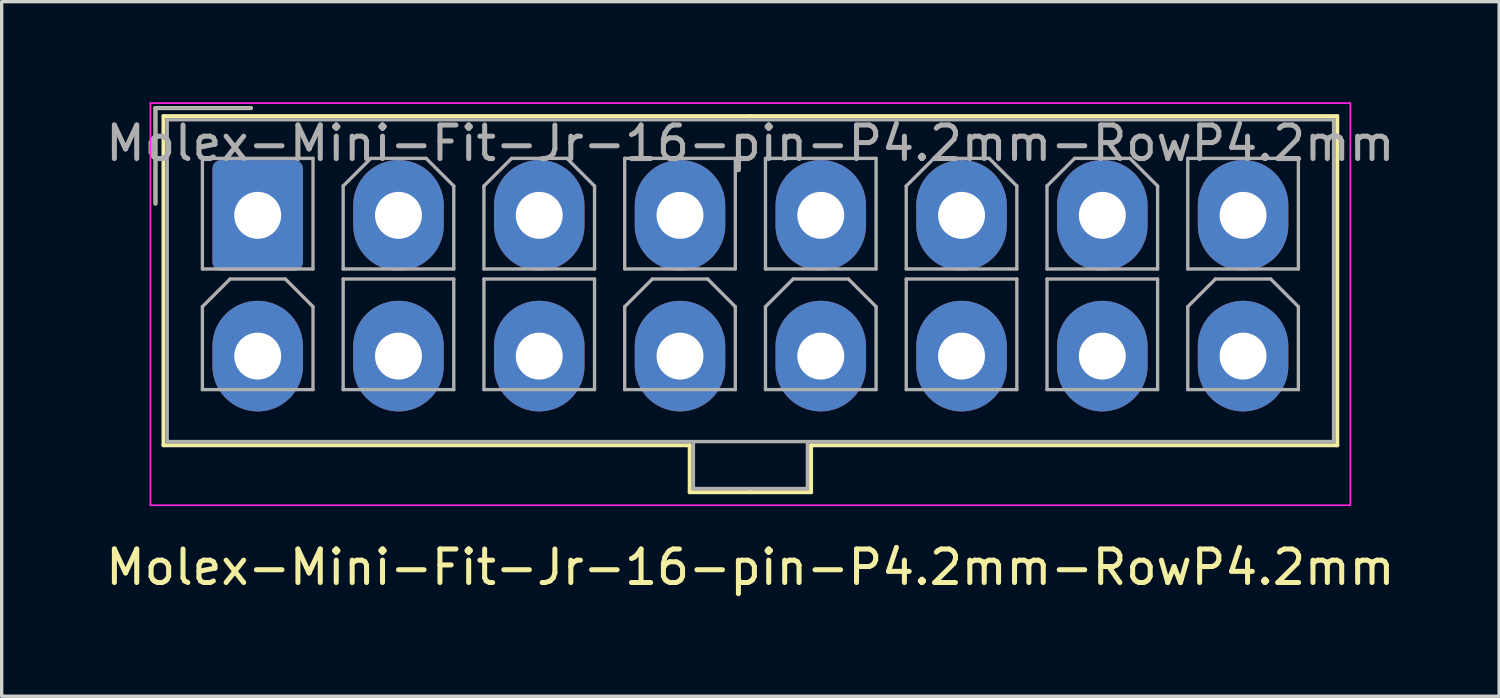
<source format=kicad_pcb>
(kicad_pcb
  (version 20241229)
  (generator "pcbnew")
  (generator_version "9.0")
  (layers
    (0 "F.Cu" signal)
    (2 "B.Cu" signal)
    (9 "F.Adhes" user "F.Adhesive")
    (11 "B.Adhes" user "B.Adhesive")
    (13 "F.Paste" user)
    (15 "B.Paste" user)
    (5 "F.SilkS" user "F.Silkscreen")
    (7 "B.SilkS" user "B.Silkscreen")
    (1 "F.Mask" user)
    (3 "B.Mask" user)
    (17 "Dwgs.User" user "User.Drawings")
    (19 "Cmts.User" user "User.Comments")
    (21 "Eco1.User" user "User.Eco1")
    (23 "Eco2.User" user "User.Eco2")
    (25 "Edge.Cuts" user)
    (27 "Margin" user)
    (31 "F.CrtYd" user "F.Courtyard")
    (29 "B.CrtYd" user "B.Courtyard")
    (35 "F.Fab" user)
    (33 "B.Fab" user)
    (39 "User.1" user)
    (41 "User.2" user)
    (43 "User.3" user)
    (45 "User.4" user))
  (footprint "Molex-Mini-Fit-Jr-16-pin-P4.2mm-RowP4.2mm"
    (layer "F.Cu")
    (at 19.339 13.375)
    (property "Reference" "Molex-Mini-Fit-Jr-16-pin-P4.2mm-RowP4.2mm" (at 0 0.5 0) (layer "F.SilkS") (effects (font (size 1 1) (thickness 0.15))))
    (attr through_hole)
    (fp_line (start -17.75 -13.2) (end -17.75 -10.35) (stroke (width 0.12) (type solid)) (layer "F.SilkS"))
    (fp_line (start -17.51 -12.96) (end -17.51 -3.14) (stroke (width 0.12) (type solid)) (layer "F.SilkS"))
    (fp_line (start -17.51 -3.14) (end -1.81 -3.14) (stroke (width 0.12) (type solid)) (layer "F.SilkS"))
    (fp_line (start -14.9 -13.2) (end -17.75 -13.2) (stroke (width 0.12) (type solid)) (layer "F.SilkS"))
    (fp_line (start -1.81 -3.14) (end -1.81 -1.74) (stroke (width 0.12) (type solid)) (layer "F.SilkS"))
    (fp_line (start -1.81 -1.74) (end 0 -1.74) (stroke (width 0.12) (type solid)) (layer "F.SilkS"))
    (fp_line (start 0 -12.96) (end -17.51 -12.96) (stroke (width 0.12) (type solid)) (layer "F.SilkS"))
    (fp_line (start 0 -12.96) (end 17.51 -12.96) (stroke (width 0.12) (type solid)) (layer "F.SilkS"))
    (fp_line (start 1.81 -3.14) (end 1.81 -1.74) (stroke (width 0.12) (type solid)) (layer "F.SilkS"))
    (fp_line (start 1.81 -1.74) (end 0 -1.74) (stroke (width 0.12) (type solid)) (layer "F.SilkS"))
    (fp_line (start 17.51 -12.96) (end 17.51 -3.14) (stroke (width 0.12) (type solid)) (layer "F.SilkS"))
    (fp_line (start 17.51 -3.14) (end 1.81 -3.14) (stroke (width 0.12) (type solid)) (layer "F.SilkS"))
    (fp_line (start -17.9 -13.35) (end -17.9 -1.35) (stroke (width 0.05) (type solid)) (layer "F.CrtYd"))
    (fp_line (start -17.9 -1.35) (end 17.9 -1.35) (stroke (width 0.05) (type solid)) (layer "F.CrtYd"))
    (fp_line (start 17.9 -13.35) (end -17.9 -13.35) (stroke (width 0.05) (type solid)) (layer "F.CrtYd"))
    (fp_line (start 17.9 -1.35) (end 17.9 -13.35) (stroke (width 0.05) (type solid)) (layer "F.CrtYd"))
    (fp_line (start -17.75 -13.2) (end -17.75 -10.35) (stroke (width 0.1) (type solid)) (layer "F.Fab"))
    (fp_line (start -17.4 -12.85) (end -17.4 -3.25) (stroke (width 0.1) (type solid)) (layer "F.Fab"))
    (fp_line (start -17.4 -3.25) (end 17.4 -3.25) (stroke (width 0.1) (type solid)) (layer "F.Fab"))
    (fp_line (start -16.35 -11.7) (end -16.35 -8.4) (stroke (width 0.1) (type solid)) (layer "F.Fab"))
    (fp_line (start -16.35 -8.4) (end -13.05 -8.4) (stroke (width 0.1) (type solid)) (layer "F.Fab"))
    (fp_line (start -16.35 -7.275) (end -15.525 -8.1) (stroke (width 0.1) (type solid)) (layer "F.Fab"))
    (fp_line (start -16.35 -4.8) (end -16.35 -7.275) (stroke (width 0.1) (type solid)) (layer "F.Fab"))
    (fp_line (start -15.525 -8.1) (end -13.875 -8.1) (stroke (width 0.1) (type solid)) (layer "F.Fab"))
    (fp_line (start -14.9 -13.2) (end -17.75 -13.2) (stroke (width 0.1) (type solid)) (layer "F.Fab"))
    (fp_line (start -13.875 -8.1) (end -13.05 -7.275) (stroke (width 0.1) (type solid)) (layer "F.Fab"))
    (fp_line (start -13.05 -11.7) (end -16.35 -11.7) (stroke (width 0.1) (type solid)) (layer "F.Fab"))
    (fp_line (start -13.05 -8.4) (end -13.05 -11.7) (stroke (width 0.1) (type solid)) (layer "F.Fab"))
    (fp_line (start -13.05 -7.275) (end -13.05 -4.8) (stroke (width 0.1) (type solid)) (layer "F.Fab"))
    (fp_line (start -13.05 -4.8) (end -16.35 -4.8) (stroke (width 0.1) (type solid)) (layer "F.Fab"))
    (fp_line (start -12.15 -10.875) (end -11.325 -11.7) (stroke (width 0.1) (type solid)) (layer "F.Fab"))
    (fp_line (start -12.15 -8.4) (end -12.15 -10.875) (stroke (width 0.1) (type solid)) (layer "F.Fab"))
    (fp_line (start -12.15 -8.1) (end -12.15 -4.8) (stroke (width 0.1) (type solid)) (layer "F.Fab"))
    (fp_line (start -12.15 -4.8) (end -8.85 -4.8) (stroke (width 0.1) (type solid)) (layer "F.Fab"))
    (fp_line (start -11.325 -11.7) (end -9.675 -11.7) (stroke (width 0.1) (type solid)) (layer "F.Fab"))
    (fp_line (start -9.675 -11.7) (end -8.85 -10.875) (stroke (width 0.1) (type solid)) (layer "F.Fab"))
    (fp_line (start -8.85 -10.875) (end -8.85 -8.4) (stroke (width 0.1) (type solid)) (layer "F.Fab"))
    (fp_line (start -8.85 -8.4) (end -12.15 -8.4) (stroke (width 0.1) (type solid)) (layer "F.Fab"))
    (fp_line (start -8.85 -8.1) (end -12.15 -8.1) (stroke (width 0.1) (type solid)) (layer "F.Fab"))
    (fp_line (start -8.85 -4.8) (end -8.85 -8.1) (stroke (width 0.1) (type solid)) (layer "F.Fab"))
    (fp_line (start -7.95 -10.875) (end -7.125 -11.7) (stroke (width 0.1) (type solid)) (layer "F.Fab"))
    (fp_line (start -7.95 -8.4) (end -7.95 -10.875) (stroke (width 0.1) (type solid)) (layer "F.Fab"))
    (fp_line (start -7.95 -8.1) (end -7.95 -4.8) (stroke (width 0.1) (type solid)) (layer "F.Fab"))
    (fp_line (start -7.95 -4.8) (end -4.65 -4.8) (stroke (width 0.1) (type solid)) (layer "F.Fab"))
    (fp_line (start -7.125 -11.7) (end -5.475 -11.7) (stroke (width 0.1) (type solid)) (layer "F.Fab"))
    (fp_line (start -5.475 -11.7) (end -4.65 -10.875) (stroke (width 0.1) (type solid)) (layer "F.Fab"))
    (fp_line (start -4.65 -10.875) (end -4.65 -8.4) (stroke (width 0.1) (type solid)) (layer "F.Fab"))
    (fp_line (start -4.65 -8.4) (end -7.95 -8.4) (stroke (width 0.1) (type solid)) (layer "F.Fab"))
    (fp_line (start -4.65 -8.1) (end -7.95 -8.1) (stroke (width 0.1) (type solid)) (layer "F.Fab"))
    (fp_line (start -4.65 -4.8) (end -4.65 -8.1) (stroke (width 0.1) (type solid)) (layer "F.Fab"))
    (fp_line (start -3.75 -11.7) (end -3.75 -8.4) (stroke (width 0.1) (type solid)) (layer "F.Fab"))
    (fp_line (start -3.75 -8.4) (end -0.45 -8.4) (stroke (width 0.1) (type solid)) (layer "F.Fab"))
    (fp_line (start -3.75 -7.275) (end -2.925 -8.1) (stroke (width 0.1) (type solid)) (layer "F.Fab"))
    (fp_line (start -3.75 -4.8) (end -3.75 -7.275) (stroke (width 0.1) (type solid)) (layer "F.Fab"))
    (fp_line (start -2.925 -8.1) (end -1.275 -8.1) (stroke (width 0.1) (type solid)) (layer "F.Fab"))
    (fp_line (start -1.7 -3.25) (end -1.7 -1.85) (stroke (width 0.1) (type solid)) (layer "F.Fab"))
    (fp_line (start -1.7 -1.85) (end 1.7 -1.85) (stroke (width 0.1) (type solid)) (layer "F.Fab"))
    (fp_line (start -1.275 -8.1) (end -0.45 -7.275) (stroke (width 0.1) (type solid)) (layer "F.Fab"))
    (fp_line (start -0.45 -11.7) (end -3.75 -11.7) (stroke (width 0.1) (type solid)) (layer "F.Fab"))
    (fp_line (start -0.45 -8.4) (end -0.45 -11.7) (stroke (width 0.1) (type solid)) (layer "F.Fab"))
    (fp_line (start -0.45 -7.275) (end -0.45 -4.8) (stroke (width 0.1) (type solid)) (layer "F.Fab"))
    (fp_line (start -0.45 -4.8) (end -3.75 -4.8) (stroke (width 0.1) (type solid)) (layer "F.Fab"))
    (fp_line (start 0.45 -11.7) (end 0.45 -8.4) (stroke (width 0.1) (type solid)) (layer "F.Fab"))
    (fp_line (start 0.45 -8.4) (end 3.75 -8.4) (stroke (width 0.1) (type solid)) (layer "F.Fab"))
    (fp_line (start 0.45 -7.275) (end 1.275 -8.1) (stroke (width 0.1) (type solid)) (layer "F.Fab"))
    (fp_line (start 0.45 -4.8) (end 0.45 -7.275) (stroke (width 0.1) (type solid)) (layer "F.Fab"))
    (fp_line (start 1.275 -8.1) (end 2.925 -8.1) (stroke (width 0.1) (type solid)) (layer "F.Fab"))
    (fp_line (start 1.7 -1.85) (end 1.7 -3.25) (stroke (width 0.1) (type solid)) (layer "F.Fab"))
    (fp_line (start 2.925 -8.1) (end 3.75 -7.275) (stroke (width 0.1) (type solid)) (layer "F.Fab"))
    (fp_line (start 3.75 -11.7) (end 0.45 -11.7) (stroke (width 0.1) (type solid)) (layer "F.Fab"))
    (fp_line (start 3.75 -8.4) (end 3.75 -11.7) (stroke (width 0.1) (type solid)) (layer "F.Fab"))
    (fp_line (start 3.75 -7.275) (end 3.75 -4.8) (stroke (width 0.1) (type solid)) (layer "F.Fab"))
    (fp_line (start 3.75 -4.8) (end 0.45 -4.8) (stroke (width 0.1) (type solid)) (layer "F.Fab"))
    (fp_line (start 4.65 -10.875) (end 5.475 -11.7) (stroke (width 0.1) (type solid)) (layer "F.Fab"))
    (fp_line (start 4.65 -8.4) (end 4.65 -10.875) (stroke (width 0.1) (type solid)) (layer "F.Fab"))
    (fp_line (start 4.65 -8.1) (end 4.65 -4.8) (stroke (width 0.1) (type solid)) (layer "F.Fab"))
    (fp_line (start 4.65 -4.8) (end 7.95 -4.8) (stroke (width 0.1) (type solid)) (layer "F.Fab"))
    (fp_line (start 5.475 -11.7) (end 7.125 -11.7) (stroke (width 0.1) (type solid)) (layer "F.Fab"))
    (fp_line (start 7.125 -11.7) (end 7.95 -10.875) (stroke (width 0.1) (type solid)) (layer "F.Fab"))
    (fp_line (start 7.95 -10.875) (end 7.95 -8.4) (stroke (width 0.1) (type solid)) (layer "F.Fab"))
    (fp_line (start 7.95 -8.4) (end 4.65 -8.4) (stroke (width 0.1) (type solid)) (layer "F.Fab"))
    (fp_line (start 7.95 -8.1) (end 4.65 -8.1) (stroke (width 0.1) (type solid)) (layer "F.Fab"))
    (fp_line (start 7.95 -4.8) (end 7.95 -8.1) (stroke (width 0.1) (type solid)) (layer "F.Fab"))
    (fp_line (start 8.85 -10.875) (end 9.675 -11.7) (stroke (width 0.1) (type solid)) (layer "F.Fab"))
    (fp_line (start 8.85 -8.4) (end 8.85 -10.875) (stroke (width 0.1) (type solid)) (layer "F.Fab"))
    (fp_line (start 8.85 -8.1) (end 8.85 -4.8) (stroke (width 0.1) (type solid)) (layer "F.Fab"))
    (fp_line (start 8.85 -4.8) (end 12.15 -4.8) (stroke (width 0.1) (type solid)) (layer "F.Fab"))
    (fp_line (start 9.675 -11.7) (end 11.325 -11.7) (stroke (width 0.1) (type solid)) (layer "F.Fab"))
    (fp_line (start 11.325 -11.7) (end 12.15 -10.875) (stroke (width 0.1) (type solid)) (layer "F.Fab"))
    (fp_line (start 12.15 -10.875) (end 12.15 -8.4) (stroke (width 0.1) (type solid)) (layer "F.Fab"))
    (fp_line (start 12.15 -8.4) (end 8.85 -8.4) (stroke (width 0.1) (type solid)) (layer "F.Fab"))
    (fp_line (start 12.15 -8.1) (end 8.85 -8.1) (stroke (width 0.1) (type solid)) (layer "F.Fab"))
    (fp_line (start 12.15 -4.8) (end 12.15 -8.1) (stroke (width 0.1) (type solid)) (layer "F.Fab"))
    (fp_line (start 13.05 -11.7) (end 13.05 -8.4) (stroke (width 0.1) (type solid)) (layer "F.Fab"))
    (fp_line (start 13.05 -8.4) (end 16.35 -8.4) (stroke (width 0.1) (type solid)) (layer "F.Fab"))
    (fp_line (start 13.05 -7.275) (end 13.875 -8.1) (stroke (width 0.1) (type solid)) (layer "F.Fab"))
    (fp_line (start 13.05 -4.8) (end 13.05 -7.275) (stroke (width 0.1) (type solid)) (layer "F.Fab"))
    (fp_line (start 13.875 -8.1) (end 15.525 -8.1) (stroke (width 0.1) (type solid)) (layer "F.Fab"))
    (fp_line (start 15.525 -8.1) (end 16.35 -7.275) (stroke (width 0.1) (type solid)) (layer "F.Fab"))
    (fp_line (start 16.35 -11.7) (end 13.05 -11.7) (stroke (width 0.1) (type solid)) (layer "F.Fab"))
    (fp_line (start 16.35 -8.4) (end 16.35 -11.7) (stroke (width 0.1) (type solid)) (layer "F.Fab"))
    (fp_line (start 16.35 -7.275) (end 16.35 -4.8) (stroke (width 0.1) (type solid)) (layer "F.Fab"))
    (fp_line (start 16.35 -4.8) (end 13.05 -4.8) (stroke (width 0.1) (type solid)) (layer "F.Fab"))
    (fp_line (start 17.4 -12.85) (end -17.4 -12.85) (stroke (width 0.1) (type solid)) (layer "F.Fab"))
    (fp_line (start 17.4 -3.25) (end 17.4 -12.85) (stroke (width 0.1) (type solid)) (layer "F.Fab"))
    (fp_text user "${REFERENCE}" (at 0 -12.15 0) (layer "F.Fab") (effects (font (size 1 1) (thickness 0.15))))
    (pad "1" thru_hole roundrect (at -14.7 -10) (size 2.7 3.3) (drill 1.4) (layers "*.Cu" "*.Mask") (roundrect_rratio 0.093))
    (pad "2" thru_hole oval (at -10.5 -10) (size 2.7 3.3) (drill 1.4) (layers "*.Cu" "*.Mask"))
    (pad "3" thru_hole oval (at -6.3 -10) (size 2.7 3.3) (drill 1.4) (layers "*.Cu" "*.Mask"))
    (pad "4" thru_hole oval (at -2.1 -10) (size 2.7 3.3) (drill 1.4) (layers "*.Cu" "*.Mask"))
    (pad "5" thru_hole oval (at 2.1 -10) (size 2.7 3.3) (drill 1.4) (layers "*.Cu" "*.Mask"))
    (pad "6" thru_hole oval (at 6.3 -10) (size 2.7 3.3) (drill 1.4) (layers "*.Cu" "*.Mask"))
    (pad "7" thru_hole oval (at 10.5 -10) (size 2.7 3.3) (drill 1.4) (layers "*.Cu" "*.Mask"))
    (pad "8" thru_hole oval (at 14.7 -10) (size 2.7 3.3) (drill 1.4) (layers "*.Cu" "*.Mask"))
    (pad "9" thru_hole oval (at -14.7 -5.8) (size 2.7 3.3) (drill 1.4) (layers "*.Cu" "*.Mask"))
    (pad "10" thru_hole oval (at -10.5 -5.8) (size 2.7 3.3) (drill 1.4) (layers "*.Cu" "*.Mask"))
    (pad "11" thru_hole oval (at -6.3 -5.8) (size 2.7 3.3) (drill 1.4) (layers "*.Cu" "*.Mask"))
    (pad "12" thru_hole oval (at -2.1 -5.8) (size 2.7 3.3) (drill 1.4) (layers "*.Cu" "*.Mask"))
    (pad "13" thru_hole oval (at 2.1 -5.8) (size 2.7 3.3) (drill 1.4) (layers "*.Cu" "*.Mask"))
    (pad "14" thru_hole oval (at 6.3 -5.8) (size 2.7 3.3) (drill 1.4) (layers "*.Cu" "*.Mask"))
    (pad "15" thru_hole oval (at 10.5 -5.8) (size 2.7 3.3) (drill 1.4) (layers "*.Cu" "*.Mask"))
    (pad "16" thru_hole oval (at 14.7 -5.8) (size 2.7 3.3) (drill 1.4) (layers "*.Cu" "*.Mask")))
  (gr_rect
    (start -3 -3)
    (end 41.679 17.723)
    (stroke (width 0.1) (type default))
    (fill no)
    (layer "Edge.Cuts")))
</source>
